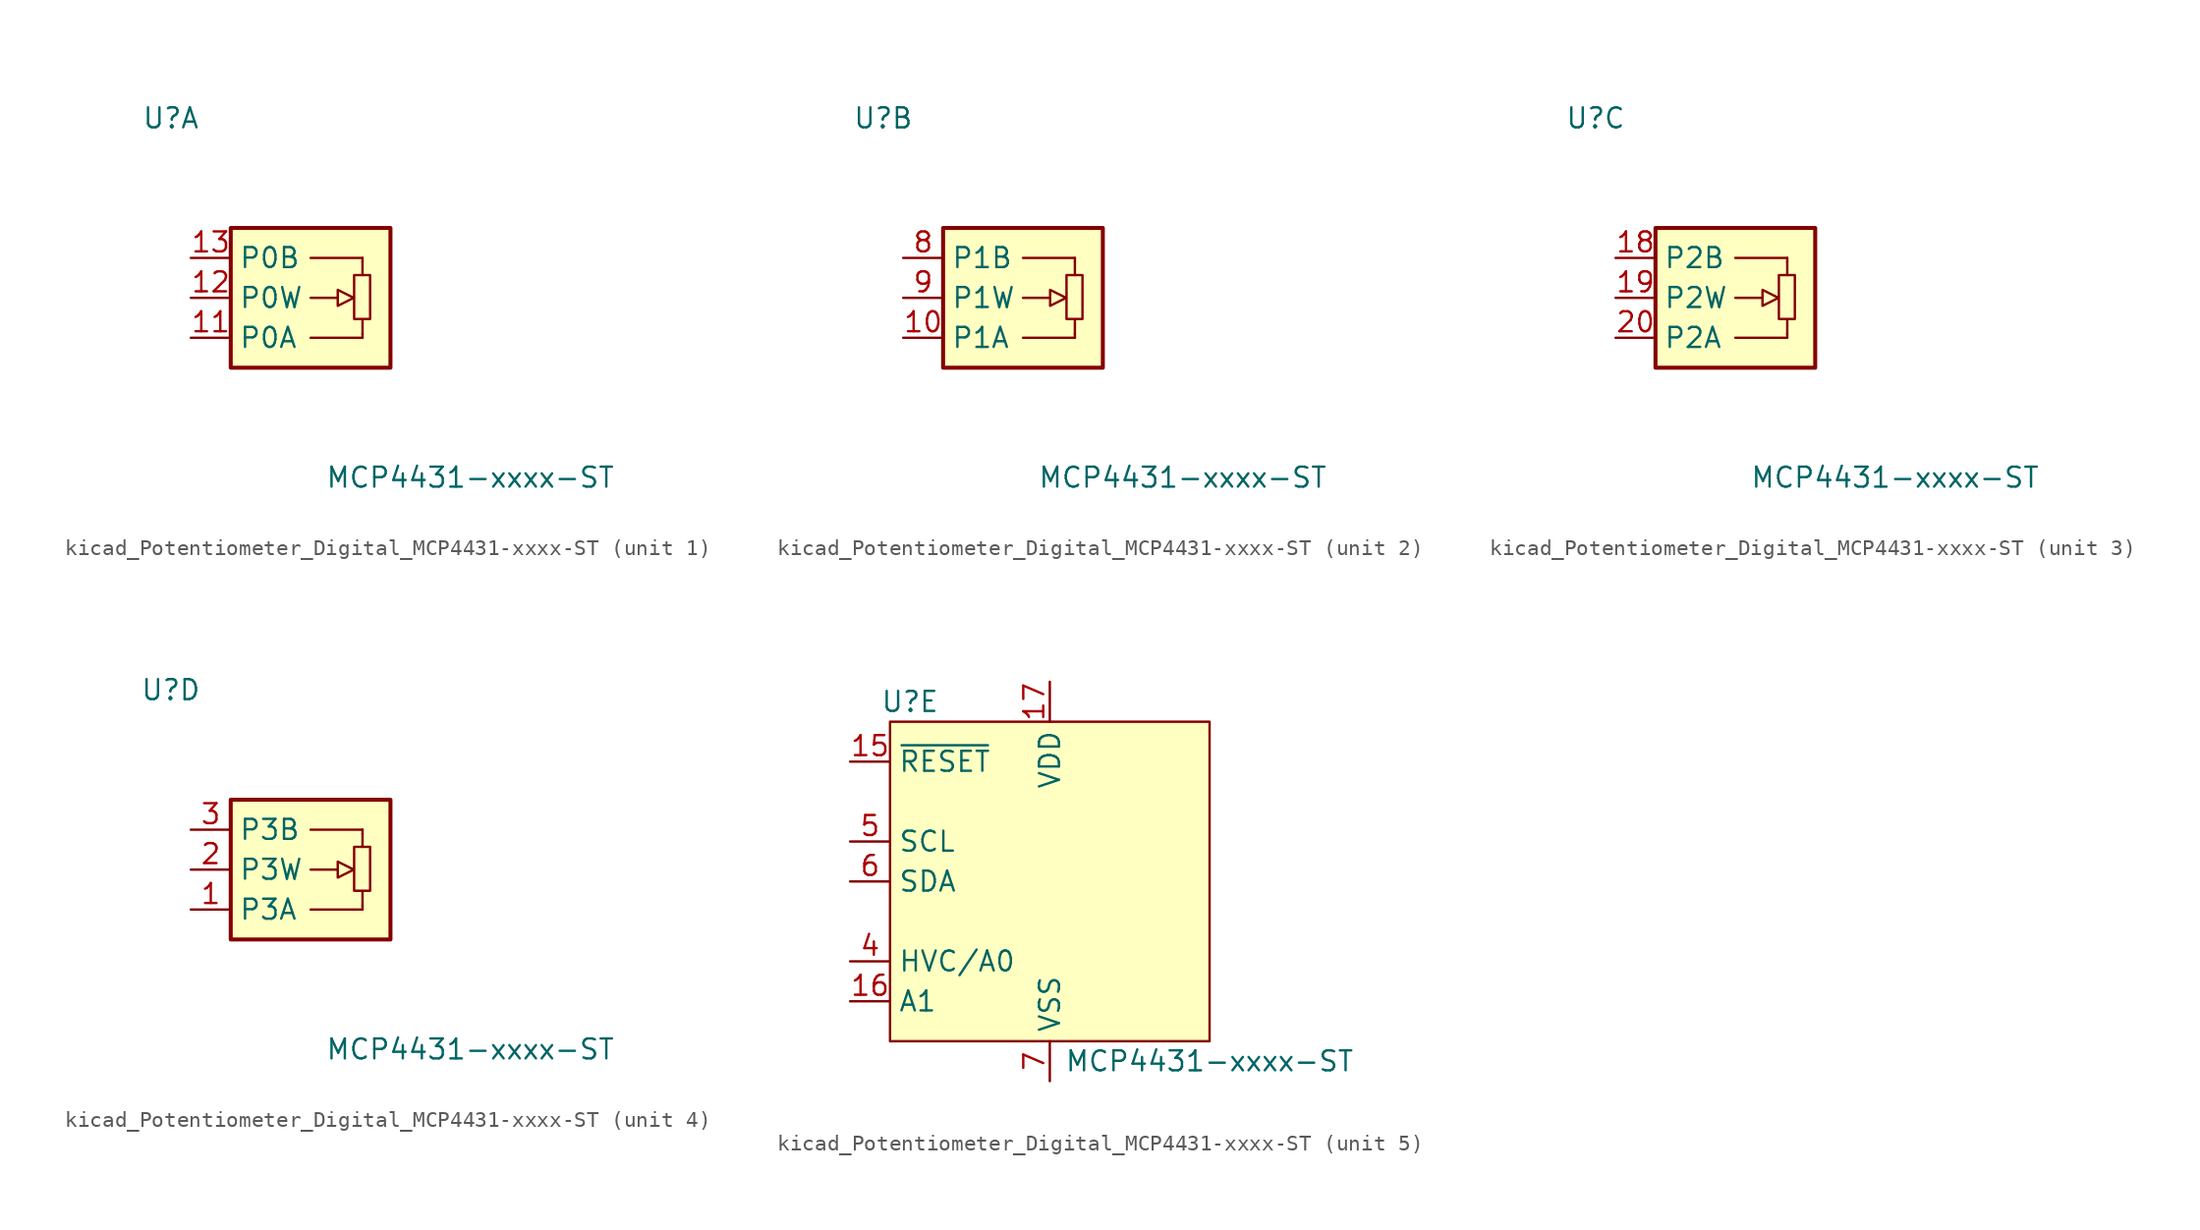
<source format=kicad_sym>
(kicad_symbol_lib
  (version 20220914)
  (generator kicad_symbol_editor)
  (symbol "kicad_Potentiometer_Digital_MCP4431-xxxx-ST"
    (property "Reference" "U"
      (at -8.89 11.43 0)
      (effects (font (size 1.27 1.27))))
    (property "Value" "MCP4431-xxxx-ST"
      (at 10.16 -11.43 0)
      (effects (font (size 1.27 1.27))))
    (property "ki_locked" ""
      (at 0 0 0)
      (effects (font (size 1.27 1.27))))
    (symbol "kicad_Potentiometer_Digital_MCP4431-xxxx-ST_1_1"
      (polyline (pts (xy 1.727 0) (xy 0 0)) (stroke (width 0) (type default)) (fill (type none)))
      (polyline (pts (xy 3.302 -2.54) (xy 0 -2.54)) (stroke (width 0) (type default)) (fill (type background)))
      (polyline (pts (xy 3.302 -2.311) (xy 3.302 -1.372)) (stroke (width 0) (type default)) (fill (type none)))
      (polyline (pts (xy 3.302 2.286) (xy 3.302 1.448)) (stroke (width 0) (type default)) (fill (type none)))
      (polyline (pts (xy 3.302 2.54) (xy 0 2.54)) (stroke (width 0) (type default)) (fill (type background)))
      (polyline (pts (xy 3.302 -2.54) (xy 3.302 -2.286) (xy 3.302 -2.286)) (stroke (width 0) (type default)) (fill (type none)))
      (polyline (pts (xy 3.302 2.54) (xy 3.302 2.286) (xy 3.302 2.286)) (stroke (width 0) (type default)) (fill (type background)))
      (polyline (pts (xy 1.727 -0.508) (xy 1.727 0.508) (xy 2.743 0) (xy 1.727 -0.508) (xy 1.727 -0.508)) (stroke (width 0) (type default)) (fill (type none)))
      (rectangle (start 3.785 -1.346) (end 2.769 1.448) (stroke (width 0) (type default)) (fill (type none)))
      (rectangle (start 5.08 -4.445) (end -5.08 4.445) (stroke (width 0.254) (type default)) (fill (type background)))
      (pin passive line (at -7.62 -2.54 0) (length 2.54) (name "P0A" (effects (font (size 1.27 1.27)))) (number "11" (effects (font (size 1.27 1.27)))))
      (pin passive line (at -7.62 0 0) (length 2.54) (name "P0W" (effects (font (size 1.27 1.27)))) (number "12" (effects (font (size 1.27 1.27)))))
      (pin passive line (at -7.62 2.54 0) (length 2.54) (name "P0B" (effects (font (size 1.27 1.27)))) (number "13" (effects (font (size 1.27 1.27))))))
    (symbol "kicad_Potentiometer_Digital_MCP4431-xxxx-ST_2_1"
      (polyline (pts (xy 1.727 0) (xy 0 0)) (stroke (width 0) (type default)) (fill (type none)))
      (polyline (pts (xy 3.302 -2.54) (xy 0 -2.54)) (stroke (width 0) (type default)) (fill (type background)))
      (polyline (pts (xy 3.302 -2.311) (xy 3.302 -1.372)) (stroke (width 0) (type default)) (fill (type none)))
      (polyline (pts (xy 3.302 2.286) (xy 3.302 1.448)) (stroke (width 0) (type default)) (fill (type none)))
      (polyline (pts (xy 3.302 2.54) (xy 0 2.54)) (stroke (width 0) (type default)) (fill (type background)))
      (polyline (pts (xy 3.302 -2.54) (xy 3.302 -2.286) (xy 3.302 -2.286)) (stroke (width 0) (type default)) (fill (type none)))
      (polyline (pts (xy 3.302 2.54) (xy 3.302 2.286) (xy 3.302 2.286)) (stroke (width 0) (type default)) (fill (type background)))
      (polyline (pts (xy 1.727 -0.508) (xy 1.727 0.508) (xy 2.743 0) (xy 1.727 -0.508) (xy 1.727 -0.508)) (stroke (width 0) (type default)) (fill (type none)))
      (rectangle (start 3.785 -1.346) (end 2.769 1.448) (stroke (width 0) (type default)) (fill (type none)))
      (rectangle (start 5.08 -4.445) (end -5.08 4.445) (stroke (width 0.254) (type default)) (fill (type background)))
      (pin passive line (at -7.62 -2.54 0) (length 2.54) (name "P1A" (effects (font (size 1.27 1.27)))) (number "10" (effects (font (size 1.27 1.27)))))
      (pin passive line (at -7.62 2.54 0) (length 2.54) (name "P1B" (effects (font (size 1.27 1.27)))) (number "8" (effects (font (size 1.27 1.27)))))
      (pin passive line (at -7.62 0 0) (length 2.54) (name "P1W" (effects (font (size 1.27 1.27)))) (number "9" (effects (font (size 1.27 1.27))))))
    (symbol "kicad_Potentiometer_Digital_MCP4431-xxxx-ST_3_1"
      (polyline (pts (xy 1.727 0) (xy 0 0)) (stroke (width 0) (type default)) (fill (type none)))
      (polyline (pts (xy 3.302 -2.54) (xy 0 -2.54)) (stroke (width 0) (type default)) (fill (type background)))
      (polyline (pts (xy 3.302 -2.311) (xy 3.302 -1.372)) (stroke (width 0) (type default)) (fill (type none)))
      (polyline (pts (xy 3.302 2.286) (xy 3.302 1.448)) (stroke (width 0) (type default)) (fill (type none)))
      (polyline (pts (xy 3.302 2.54) (xy 0 2.54)) (stroke (width 0) (type default)) (fill (type background)))
      (polyline (pts (xy 3.302 -2.54) (xy 3.302 -2.286) (xy 3.302 -2.286)) (stroke (width 0) (type default)) (fill (type none)))
      (polyline (pts (xy 3.302 2.54) (xy 3.302 2.286) (xy 3.302 2.286)) (stroke (width 0) (type default)) (fill (type background)))
      (polyline (pts (xy 1.727 -0.508) (xy 1.727 0.508) (xy 2.743 0) (xy 1.727 -0.508) (xy 1.727 -0.508)) (stroke (width 0) (type default)) (fill (type none)))
      (rectangle (start 3.785 -1.346) (end 2.769 1.448) (stroke (width 0) (type default)) (fill (type none)))
      (rectangle (start 5.08 -4.445) (end -5.08 4.445) (stroke (width 0.254) (type default)) (fill (type background)))
      (pin passive line (at -7.62 2.54 0) (length 2.54) (name "P2B" (effects (font (size 1.27 1.27)))) (number "18" (effects (font (size 1.27 1.27)))))
      (pin passive line (at -7.62 0 0) (length 2.54) (name "P2W" (effects (font (size 1.27 1.27)))) (number "19" (effects (font (size 1.27 1.27)))))
      (pin passive line (at -7.62 -2.54 0) (length 2.54) (name "P2A" (effects (font (size 1.27 1.27)))) (number "20" (effects (font (size 1.27 1.27))))))
    (symbol "kicad_Potentiometer_Digital_MCP4431-xxxx-ST_4_1"
      (polyline (pts (xy 1.727 0) (xy 0 0)) (stroke (width 0) (type default)) (fill (type none)))
      (polyline (pts (xy 3.302 -2.54) (xy 0 -2.54)) (stroke (width 0) (type default)) (fill (type background)))
      (polyline (pts (xy 3.302 -2.311) (xy 3.302 -1.372)) (stroke (width 0) (type default)) (fill (type none)))
      (polyline (pts (xy 3.302 2.286) (xy 3.302 1.448)) (stroke (width 0) (type default)) (fill (type none)))
      (polyline (pts (xy 3.302 2.54) (xy 0 2.54)) (stroke (width 0) (type default)) (fill (type background)))
      (polyline (pts (xy 3.302 -2.54) (xy 3.302 -2.286) (xy 3.302 -2.286)) (stroke (width 0) (type default)) (fill (type none)))
      (polyline (pts (xy 3.302 2.54) (xy 3.302 2.286) (xy 3.302 2.286)) (stroke (width 0) (type default)) (fill (type background)))
      (polyline (pts (xy 1.727 -0.508) (xy 1.727 0.508) (xy 2.743 0) (xy 1.727 -0.508) (xy 1.727 -0.508)) (stroke (width 0) (type default)) (fill (type none)))
      (rectangle (start 3.785 -1.346) (end 2.769 1.448) (stroke (width 0) (type default)) (fill (type none)))
      (rectangle (start 5.08 -4.445) (end -5.08 4.445) (stroke (width 0.254) (type default)) (fill (type background)))
      (pin passive line (at -7.62 -2.54 0) (length 2.54) (name "P3A" (effects (font (size 1.27 1.27)))) (number "1" (effects (font (size 1.27 1.27)))))
      (pin passive line (at -7.62 0 0) (length 2.54) (name "P3W" (effects (font (size 1.27 1.27)))) (number "2" (effects (font (size 1.27 1.27)))))
      (pin passive line (at -7.62 2.54 0) (length 2.54) (name "P3B" (effects (font (size 1.27 1.27)))) (number "3" (effects (font (size 1.27 1.27))))))
    (symbol "kicad_Potentiometer_Digital_MCP4431-xxxx-ST_5_1"
      (rectangle (start -10.16 10.16) (end 10.16 -10.16) (stroke (width 0) (type default)) (fill (type background)))
      (pin no_connect line (at -10.16 -2.54 0) (length 2.54) hide (name "NC" (effects (font (size 1.27 1.27)))) (number "14" (effects (font (size 1.27 1.27)))))
      (pin input line (at -12.7 7.62 0) (length 2.54) (name "~{RESET}" (effects (font (size 1.27 1.27)))) (number "15" (effects (font (size 1.27 1.27)))))
      (pin input line (at -12.7 -7.62 0) (length 2.54) (name "A1" (effects (font (size 1.27 1.27)))) (number "16" (effects (font (size 1.27 1.27)))))
      (pin power_in line (at 0 12.7 270) (length 2.54) (name "VDD" (effects (font (size 1.27 1.27)))) (number "17" (effects (font (size 1.27 1.27)))))
      (pin input line (at -12.7 -5.08 0) (length 2.54) (name "HVC/A0" (effects (font (size 1.27 1.27)))) (number "4" (effects (font (size 1.27 1.27)))))
      (pin input line (at -12.7 2.54 0) (length 2.54) (name "SCL" (effects (font (size 1.27 1.27)))) (number "5" (effects (font (size 1.27 1.27)))))
      (pin bidirectional line (at -12.7 0 0) (length 2.54) (name "SDA" (effects (font (size 1.27 1.27)))) (number "6" (effects (font (size 1.27 1.27)))))
      (pin power_in line (at 0 -12.7 90) (length 2.54) (name "VSS" (effects (font (size 1.27 1.27)))) (number "7" (effects (font (size 1.27 1.27))))))))
</source>
